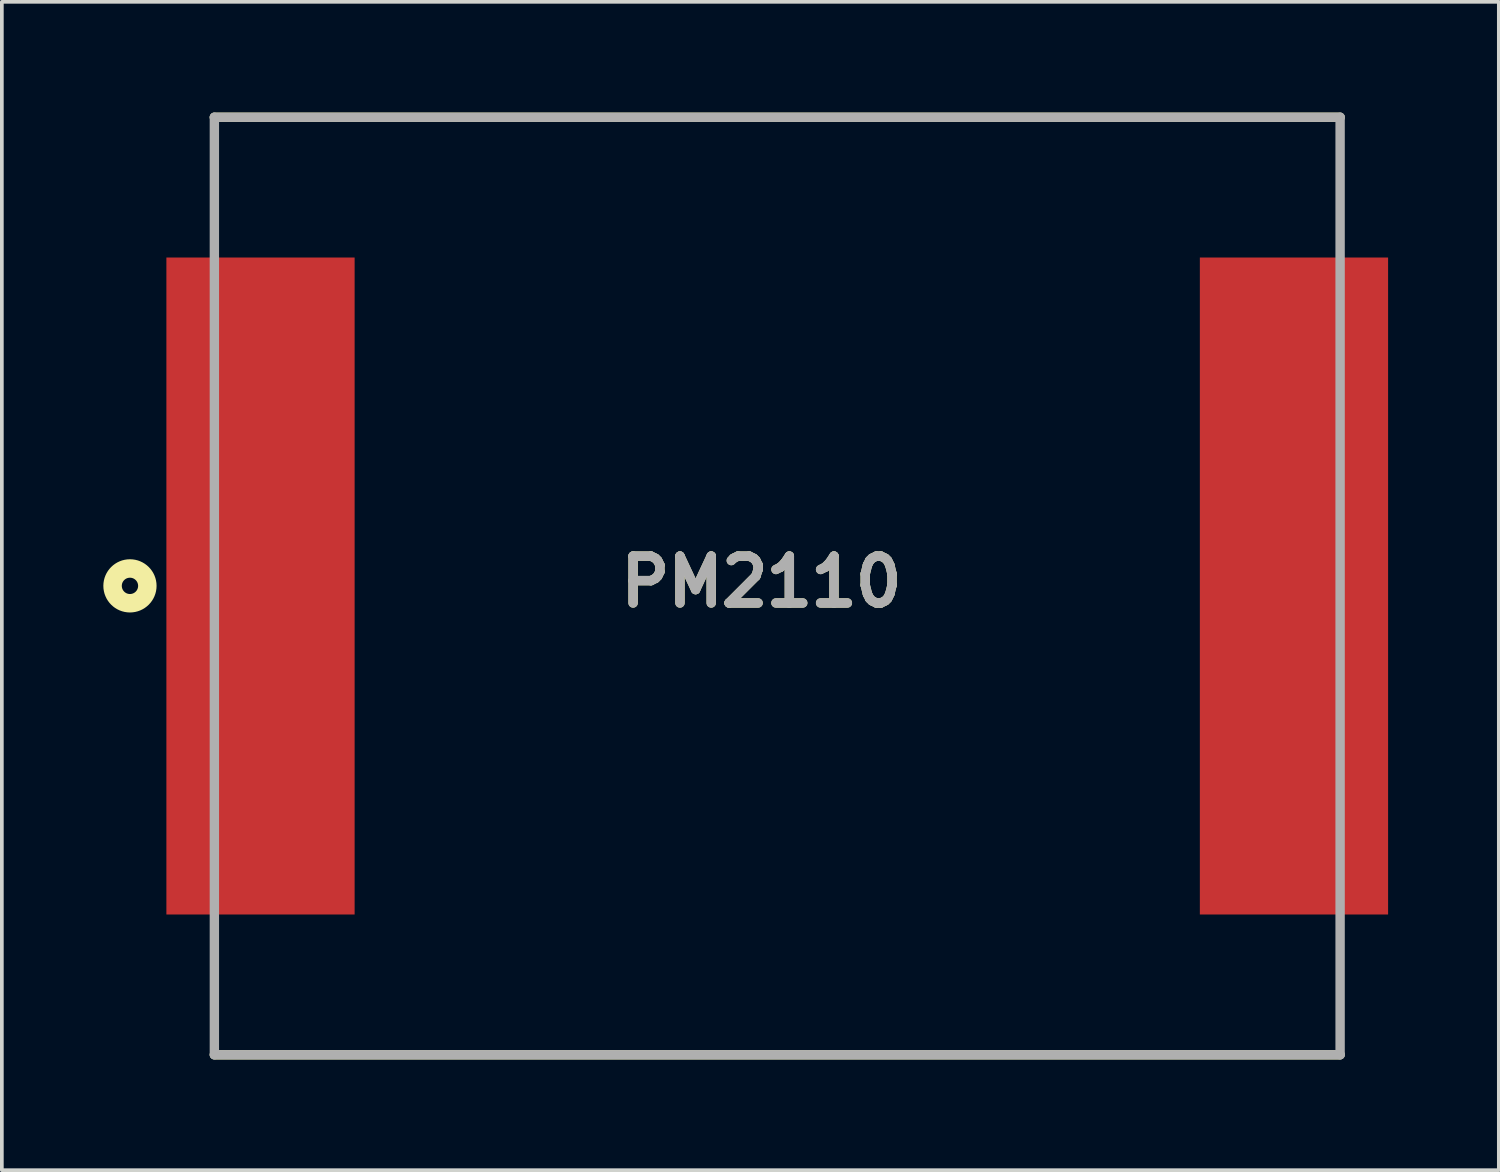
<source format=kicad_pcb>
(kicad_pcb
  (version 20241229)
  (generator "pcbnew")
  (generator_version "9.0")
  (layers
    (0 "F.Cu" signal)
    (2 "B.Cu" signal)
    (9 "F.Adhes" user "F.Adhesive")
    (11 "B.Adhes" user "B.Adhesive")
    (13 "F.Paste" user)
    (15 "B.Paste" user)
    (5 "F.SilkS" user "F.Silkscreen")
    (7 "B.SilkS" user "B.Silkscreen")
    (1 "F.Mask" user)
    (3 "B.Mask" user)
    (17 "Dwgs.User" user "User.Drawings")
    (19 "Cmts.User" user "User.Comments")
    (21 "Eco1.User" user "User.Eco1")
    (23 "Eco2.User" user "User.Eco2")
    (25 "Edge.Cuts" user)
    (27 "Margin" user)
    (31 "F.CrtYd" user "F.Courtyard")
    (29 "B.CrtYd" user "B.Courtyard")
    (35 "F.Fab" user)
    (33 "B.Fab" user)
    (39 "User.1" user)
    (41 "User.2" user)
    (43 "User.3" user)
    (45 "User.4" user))
  (footprint "PM2110"
    (layer "F.Cu")
    (at 18.008 12.827)
    (property "Reference" "PM2110" (at -0.428 -0.115 0) (layer "F.SilkS") (effects (font (size 1.27 1.27) (thickness 0.254))))
    (attr smd)
    (fp_line (start -15.25 -12.7) (end 15.25 -12.7) (stroke (width 0.254) (type solid)) (layer "F.SilkS"))
    (fp_line (start 15.25 12.7) (end -15.25 12.7) (stroke (width 0.254) (type solid)) (layer "F.SilkS"))
    (fp_circle (center -17.537 -0.004) (end -17.537 0.217) (stroke (width 0.5) (type solid)) (fill no) (layer "F.SilkS"))
    (fp_line (start -15.25 -12.7) (end 15.25 -12.7) (stroke (width 0.254) (type solid)) (layer "F.Fab"))
    (fp_line (start -15.25 12.7) (end -15.25 -12.7) (stroke (width 0.254) (type solid)) (layer "F.Fab"))
    (fp_line (start 15.25 -12.7) (end 15.25 12.7) (stroke (width 0.254) (type solid)) (layer "F.Fab"))
    (fp_line (start 15.25 12.7) (end -15.25 12.7) (stroke (width 0.254) (type solid)) (layer "F.Fab"))
    (fp_text user "${REFERENCE}" (at -0.428 -0.115 0) (layer "F.Fab") (effects (font (size 1.27 1.27) (thickness 0.254))))
    (pad "1" smd rect (at -14 0) (size 5.1 17.8) (layers "F.Cu" "F.Mask" "F.Paste"))
    (pad "2" smd rect (at 14 0) (size 5.1 17.8) (layers "F.Cu" "F.Mask" "F.Paste")))
  (gr_rect
    (start -3 -3)
    (end 37.558 28.654)
    (stroke (width 0.1) (type default))
    (fill no)
    (layer "Edge.Cuts")))
</source>
